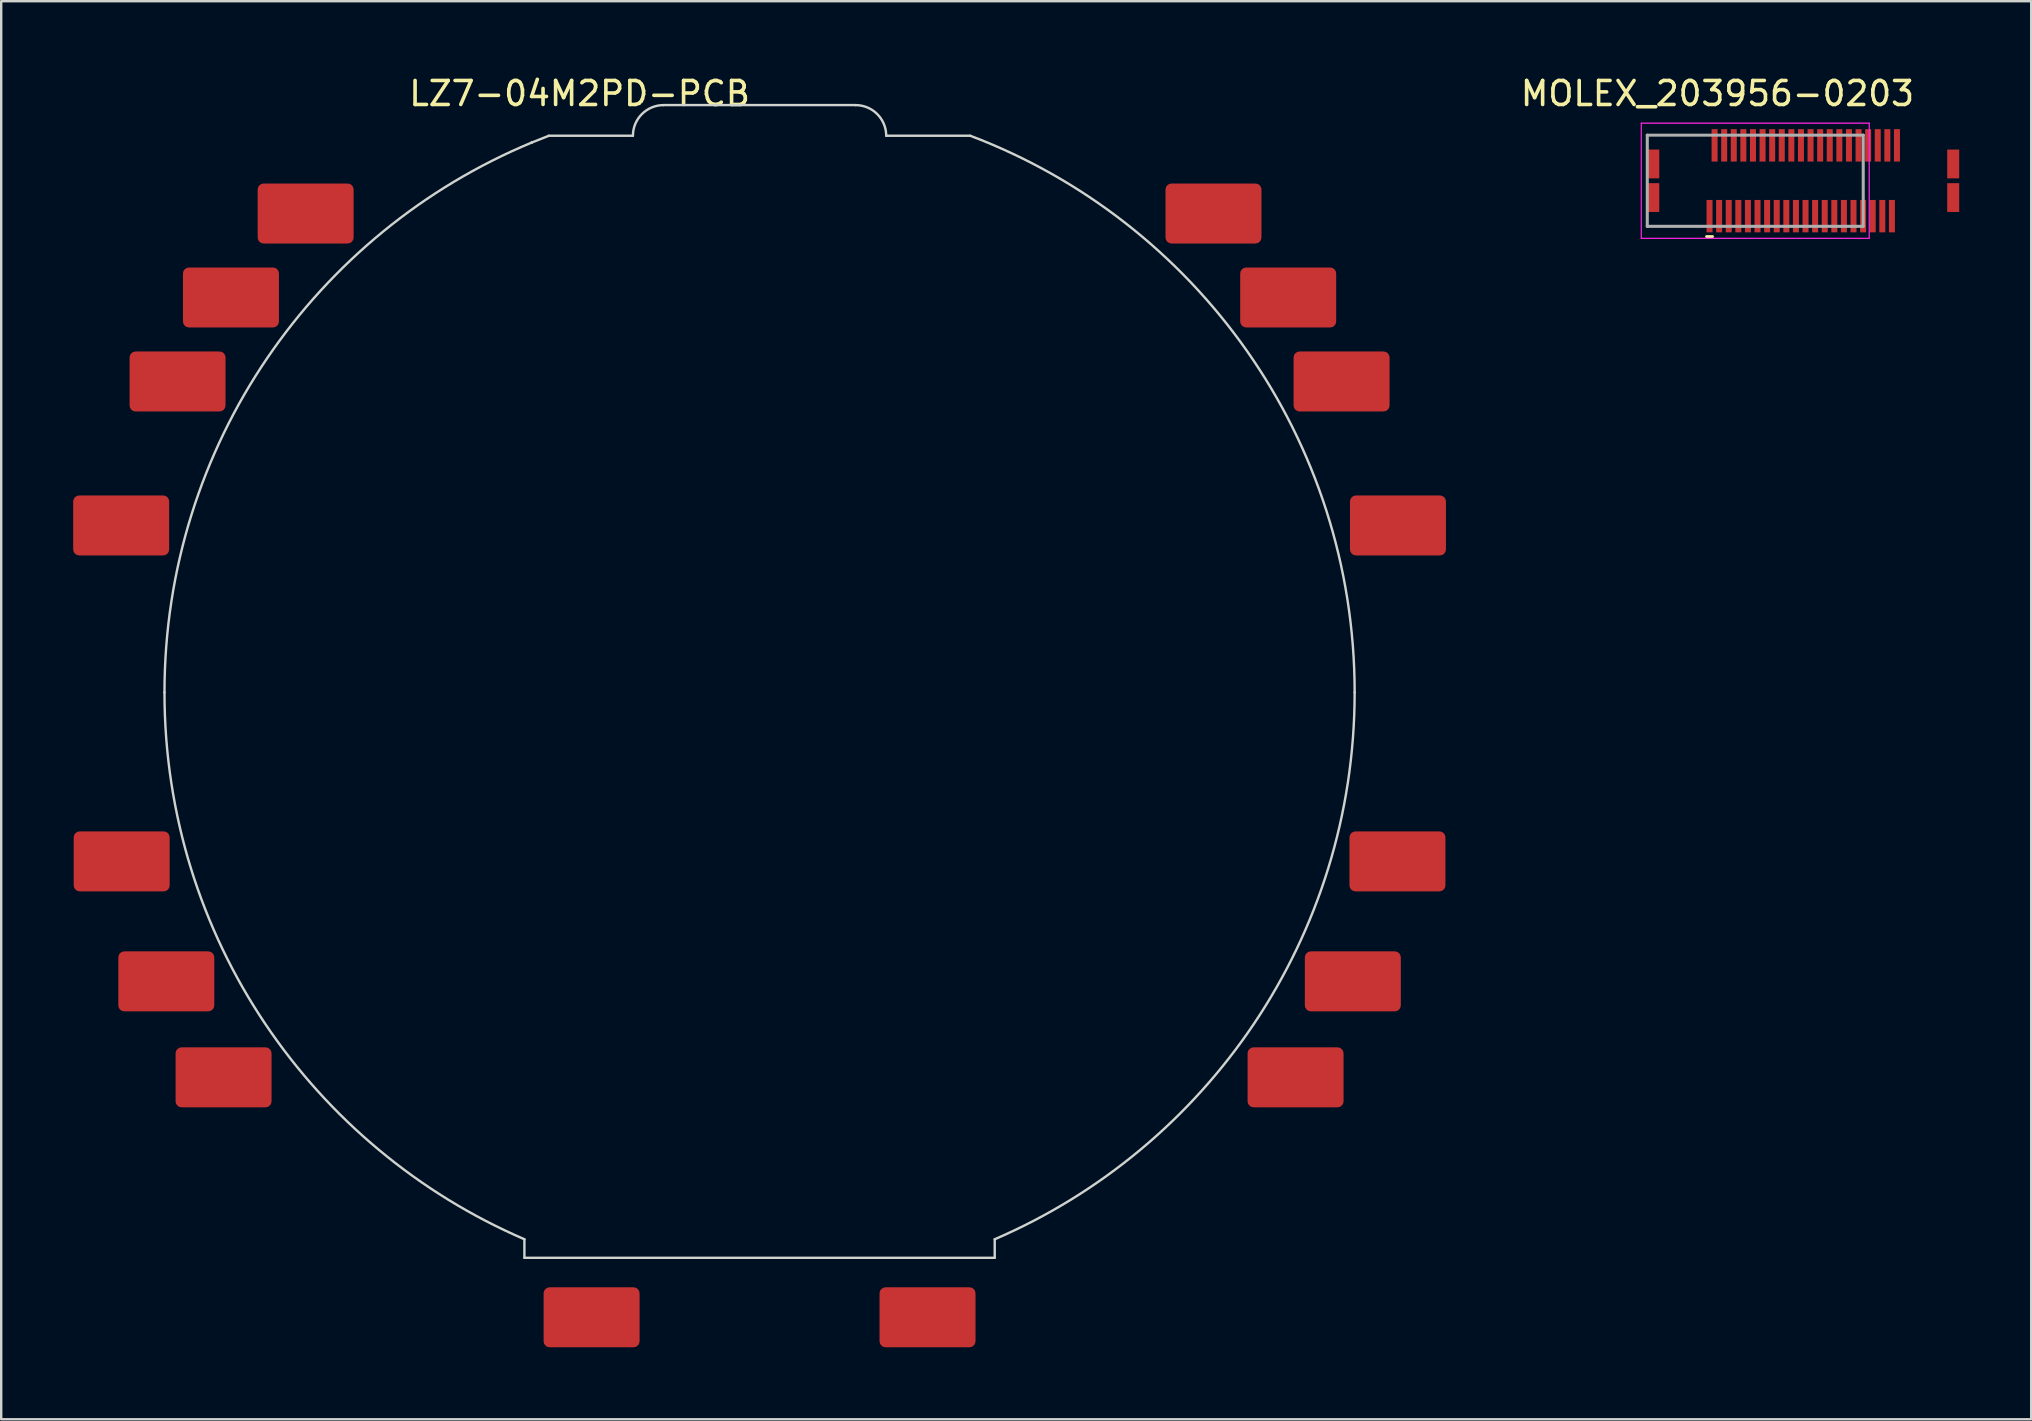
<source format=kicad_pcb>
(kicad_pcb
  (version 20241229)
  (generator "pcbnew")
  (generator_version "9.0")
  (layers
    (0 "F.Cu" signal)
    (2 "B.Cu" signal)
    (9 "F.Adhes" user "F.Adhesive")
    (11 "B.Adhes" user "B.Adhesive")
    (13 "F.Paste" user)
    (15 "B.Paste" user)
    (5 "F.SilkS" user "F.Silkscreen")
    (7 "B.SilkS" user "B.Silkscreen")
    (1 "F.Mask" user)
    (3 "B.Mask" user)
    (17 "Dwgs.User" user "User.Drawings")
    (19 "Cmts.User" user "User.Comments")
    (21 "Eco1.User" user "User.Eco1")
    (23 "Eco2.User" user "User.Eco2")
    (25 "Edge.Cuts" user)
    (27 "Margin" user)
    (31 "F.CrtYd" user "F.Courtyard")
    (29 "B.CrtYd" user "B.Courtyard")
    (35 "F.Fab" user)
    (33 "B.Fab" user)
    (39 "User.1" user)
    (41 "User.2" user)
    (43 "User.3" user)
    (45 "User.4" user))
  (footprint "MOLEX_203956-0203"
    (layer "F.Cu")
    (at 70.1 4.483)
    (property "Reference" "MOLEX_203956-0203" (at -1.575 -3.635 0) (layer "F.SilkS") (effects (font (size 1 1) (thickness 0.15))))
    (attr through_hole)
    (fp_line (start -1.78 2.325) (end -2.03 2.325) (stroke (width 0.12) (type solid)) (layer "F.SilkS"))
    (fp_line (start -4.75 -2.4) (end -4.75 2.4) (stroke (width 0.05) (type solid)) (layer "F.CrtYd"))
    (fp_line (start -4.75 2.4) (end 4.75 2.4) (stroke (width 0.05) (type solid)) (layer "F.CrtYd"))
    (fp_line (start 4.75 -2.4) (end -4.75 -2.4) (stroke (width 0.05) (type solid)) (layer "F.CrtYd"))
    (fp_line (start 4.75 2.4) (end 4.75 -2.4) (stroke (width 0.05) (type solid)) (layer "F.CrtYd"))
    (fp_line (start -4.5 -1.9) (end 4.5 -1.9) (stroke (width 0.127) (type solid)) (layer "F.Fab"))
    (fp_line (start -4.5 1.9) (end -4.5 -1.9) (stroke (width 0.127) (type solid)) (layer "F.Fab"))
    (fp_line (start 4.5 -1.9) (end 4.5 1.9) (stroke (width 0.127) (type solid)) (layer "F.Fab"))
    (fp_line (start 4.5 1.9) (end -4.5 1.9) (stroke (width 0.127) (type solid)) (layer "F.Fab"))
    (pad "1" smd rect (at -1.905 1.475) (size 0.25 1.35) (layers "F.Cu" "F.Mask" "F.Paste"))
    (pad "2" smd rect (at -1.695 -1.475) (size 0.25 1.35) (layers "F.Cu" "F.Mask" "F.Paste"))
    (pad "3" smd rect (at -1.505 1.475) (size 0.25 1.35) (layers "F.Cu" "F.Mask" "F.Paste"))
    (pad "4" smd rect (at -1.295 -1.475) (size 0.25 1.35) (layers "F.Cu" "F.Mask" "F.Paste"))
    (pad "5" smd rect (at -1.105 1.475) (size 0.25 1.35) (layers "F.Cu" "F.Mask" "F.Paste"))
    (pad "6" smd rect (at -0.895 -1.475) (size 0.25 1.35) (layers "F.Cu" "F.Mask" "F.Paste"))
    (pad "7" smd rect (at -0.705 1.475) (size 0.25 1.35) (layers "F.Cu" "F.Mask" "F.Paste"))
    (pad "8" smd rect (at -0.495 -1.475) (size 0.25 1.35) (layers "F.Cu" "F.Mask" "F.Paste"))
    (pad "9" smd rect (at -0.305 1.475) (size 0.25 1.35) (layers "F.Cu" "F.Mask" "F.Paste"))
    (pad "10" smd rect (at -0.095 -1.475) (size 0.25 1.35) (layers "F.Cu" "F.Mask" "F.Paste"))
    (pad "11" smd rect (at 0.095 1.475) (size 0.25 1.35) (layers "F.Cu" "F.Mask" "F.Paste"))
    (pad "12" smd rect (at 0.305 -1.475) (size 0.25 1.35) (layers "F.Cu" "F.Mask" "F.Paste"))
    (pad "13" smd rect (at 0.495 1.475) (size 0.25 1.35) (layers "F.Cu" "F.Mask" "F.Paste"))
    (pad "14" smd rect (at 0.705 -1.475) (size 0.25 1.35) (layers "F.Cu" "F.Mask" "F.Paste"))
    (pad "15" smd rect (at 0.895 1.475) (size 0.25 1.35) (layers "F.Cu" "F.Mask" "F.Paste"))
    (pad "16" smd rect (at 1.105 -1.475) (size 0.25 1.35) (layers "F.Cu" "F.Mask" "F.Paste"))
    (pad "17" smd rect (at 1.295 1.475) (size 0.25 1.35) (layers "F.Cu" "F.Mask" "F.Paste"))
    (pad "18" smd rect (at 1.505 -1.475) (size 0.25 1.35) (layers "F.Cu" "F.Mask" "F.Paste"))
    (pad "19" smd rect (at 1.695 1.475) (size 0.25 1.35) (layers "F.Cu" "F.Mask" "F.Paste"))
    (pad "20" smd rect (at 1.905 -1.475) (size 0.25 1.35) (layers "F.Cu" "F.Mask" "F.Paste"))
    (pad "21" smd rect (at 2.095 1.475) (size 0.25 1.35) (layers "F.Cu" "F.Mask" "F.Paste"))
    (pad "22" smd rect (at 2.305 -1.475) (size 0.25 1.35) (layers "F.Cu" "F.Mask" "F.Paste"))
    (pad "23" smd rect (at 2.495 1.475) (size 0.25 1.35) (layers "F.Cu" "F.Mask" "F.Paste"))
    (pad "24" smd rect (at 2.705 -1.475) (size 0.25 1.35) (layers "F.Cu" "F.Mask" "F.Paste"))
    (pad "25" smd rect (at 2.895 1.475) (size 0.25 1.35) (layers "F.Cu" "F.Mask" "F.Paste"))
    (pad "26" smd rect (at 3.105 -1.475) (size 0.25 1.35) (layers "F.Cu" "F.Mask" "F.Paste"))
    (pad "27" smd rect (at 3.295 1.475) (size 0.25 1.35) (layers "F.Cu" "F.Mask" "F.Paste"))
    (pad "28" smd rect (at 3.505 -1.475) (size 0.25 1.35) (layers "F.Cu" "F.Mask" "F.Paste"))
    (pad "29" smd rect (at 3.695 1.475) (size 0.25 1.35) (layers "F.Cu" "F.Mask" "F.Paste"))
    (pad "30" smd rect (at 3.905 -1.475) (size 0.25 1.35) (layers "F.Cu" "F.Mask" "F.Paste"))
    (pad "31" smd rect (at 4.095 1.475) (size 0.25 1.35) (layers "F.Cu" "F.Mask" "F.Paste"))
    (pad "32" smd rect (at 4.305 -1.475) (size 0.25 1.35) (layers "F.Cu" "F.Mask" "F.Paste"))
    (pad "33" smd rect (at 4.495 1.475) (size 0.25 1.35) (layers "F.Cu" "F.Mask" "F.Paste"))
    (pad "34" smd rect (at 4.705 -1.475) (size 0.25 1.35) (layers "F.Cu" "F.Mask" "F.Paste"))
    (pad "35" smd rect (at 4.895 1.475) (size 0.25 1.35) (layers "F.Cu" "F.Mask" "F.Paste"))
    (pad "36" smd rect (at 5.105 -1.475) (size 0.25 1.35) (layers "F.Cu" "F.Mask" "F.Paste"))
    (pad "37" smd rect (at 5.295 1.475) (size 0.25 1.35) (layers "F.Cu" "F.Mask" "F.Paste"))
    (pad "38" smd rect (at 5.505 -1.475) (size 0.25 1.35) (layers "F.Cu" "F.Mask" "F.Paste"))
    (pad "39" smd rect (at 5.695 1.475) (size 0.25 1.35) (layers "F.Cu" "F.Mask" "F.Paste"))
    (pad "40" smd rect (at 5.905 -1.475) (size 0.25 1.35) (layers "F.Cu" "F.Mask" "F.Paste"))
    (pad "SH" smd rect (at -4.25 -0.7) (size 0.5 1.2) (layers "F.Cu" "F.Mask" "F.Paste"))
    (pad "SH" smd rect (at -4.25 0.7) (size 0.5 1.2) (layers "F.Cu" "F.Mask" "F.Paste"))
    (pad "SH" smd rect (at 8.25 -0.7) (size 0.5 1.2) (layers "F.Cu" "F.Mask" "F.Paste"))
    (pad "SH" smd rect (at 8.25 0.7) (size 0.5 1.2) (layers "F.Cu" "F.Mask" "F.Paste")))
  (footprint "LZ7-04M2PD-PCB"
    (layer "F.Cu")
    (at 28.605 25.348)
    (property "Reference" "LZ7-04M2PD-PCB" (at -7.5 -24.5 0) (layer "F.SilkS") (effects (font (size 1 1) (thickness 0.15))))
    (attr through_hole)
    (fp_curve (pts (xy -24.8 0.46) (xy -24.8 10.676) (xy -18.623 19.449) (xy -9.8 23.248)) (stroke (width 0.1) (type solid)) (layer "Edge.Cuts"))
    (fp_curve (pts (xy -9.8 24.021) (xy -9.8 24.021) (xy -9.8 23.248) (xy -9.8 23.248)) (stroke (width 0.1) (type solid)) (layer "Edge.Cuts"))
    (fp_curve (pts (xy -9.5 -22.455) (xy -18.483 -18.727) (xy -24.8 -9.871) (xy -24.8 0.46)) (stroke (width 0.1) (type solid)) (layer "Edge.Cuts"))
    (fp_curve (pts (xy -9.495 -22.457) (xy -9.496 -22.457) (xy -9.498 -22.456) (xy -9.5 -22.455)) (stroke (width 0.1) (type solid)) (layer "Edge.Cuts"))
    (fp_curve (pts (xy -8.783 -22.74) (xy -9.022 -22.649) (xy -9.259 -22.555) (xy -9.495 -22.457)) (stroke (width 0.1) (type solid)) (layer "Edge.Cuts"))
    (fp_curve (pts (xy -5.278 -22.74) (xy -5.278 -22.74) (xy -8.783 -22.74) (xy -8.783 -22.74)) (stroke (width 0.1) (type solid)) (layer "Edge.Cuts"))
    (fp_curve (pts (xy -4 -24.018) (xy -4.706 -24.018) (xy -5.278 -23.446) (xy -5.278 -22.74)) (stroke (width 0.1) (type solid)) (layer "Edge.Cuts"))
    (fp_curve (pts (xy -4 -24.018) (xy -4 -24.018) (xy 4 -24.018) (xy 4 -24.018)) (stroke (width 0.1) (type solid)) (layer "Edge.Cuts"))
    (fp_curve (pts (xy 5.278 -22.74) (xy 5.278 -23.446) (xy 4.706 -24.018) (xy 4 -24.018)) (stroke (width 0.1) (type solid)) (layer "Edge.Cuts"))
    (fp_curve (pts (xy 8.783 -22.74) (xy 8.783 -22.74) (xy 5.278 -22.74) (xy 5.278 -22.74)) (stroke (width 0.1) (type solid)) (layer "Edge.Cuts"))
    (fp_curve (pts (xy 9.8 23.248) (xy 9.8 23.248) (xy 9.8 24.021) (xy 9.8 24.021)) (stroke (width 0.1) (type solid)) (layer "Edge.Cuts"))
    (fp_curve (pts (xy 9.8 23.248) (xy 18.623 19.449) (xy 24.8 10.676) (xy 24.8 0.46)) (stroke (width 0.1) (type solid)) (layer "Edge.Cuts"))
    (fp_curve (pts (xy 9.8 24.021) (xy 9.8 24.021) (xy -9.8 24.021) (xy -9.8 24.021)) (stroke (width 0.1) (type solid)) (layer "Edge.Cuts"))
    (fp_curve (pts (xy 24.8 0.46) (xy 24.8 -10.144) (xy 18.144 -19.194) (xy 8.783 -22.74)) (stroke (width 0.1) (type solid)) (layer "Edge.Cuts"))
    (pad "1" smd roundrect (at -18.917 -19.5) (size 4 2.5) (layers "F.Cu" "F.Mask") (roundrect_rratio 0.1))
    (pad "1-RT" smd roundrect (at -7 26.5) (size 4 2.5) (layers "F.Cu" "F.Mask") (roundrect_rratio 0.1))
    (pad "2" smd roundrect (at -22.03 -16) (size 4 2.5) (layers "F.Cu" "F.Mask") (roundrect_rratio 0.1))
    (pad "2-RT" smd roundrect (at 7 26.5) (size 4 2.5) (layers "F.Cu" "F.Mask") (roundrect_rratio 0.1))
    (pad "3" smd roundrect (at -24.255 -12.5) (size 4 2.5) (layers "F.Cu" "F.Mask") (roundrect_rratio 0.1))
    (pad "4" smd roundrect (at -26.605 -6.5) (size 4 2.5) (layers "F.Cu" "F.Mask") (roundrect_rratio 0.1))
    (pad "5" smd roundrect (at -26.584 7.5) (size 4 2.5) (layers "F.Cu" "F.Mask") (roundrect_rratio 0.1))
    (pad "6" smd roundrect (at -24.724 12.5) (size 4 2.5) (layers "F.Cu" "F.Mask") (roundrect_rratio 0.1))
    (pad "7" smd roundrect (at -22.338 16.5) (size 4 2.5) (layers "F.Cu" "F.Mask") (roundrect_rratio 0.1))
    (pad "8" smd roundrect (at 22.338 16.5) (size 4 2.5) (layers "F.Cu" "F.Mask") (roundrect_rratio 0.1))
    (pad "9" smd roundrect (at 24.724 12.5) (size 4 2.5) (layers "F.Cu" "F.Mask") (roundrect_rratio 0.1))
    (pad "10" smd roundrect (at 26.584 7.5) (size 4 2.5) (layers "F.Cu" "F.Mask") (roundrect_rratio 0.1))
    (pad "11" smd roundrect (at 26.605 -6.5) (size 4 2.5) (layers "F.Cu" "F.Mask") (roundrect_rratio 0.1))
    (pad "12" smd roundrect (at 24.255 -12.5) (size 4 2.5) (layers "F.Cu" "F.Mask") (roundrect_rratio 0.1))
    (pad "13" smd roundrect (at 22.03 -16) (size 4 2.5) (layers "F.Cu" "F.Mask") (roundrect_rratio 0.1))
    (pad "14" smd roundrect (at 18.917 -19.5) (size 4 2.5) (layers "F.Cu" "F.Mask") (roundrect_rratio 0.1)))
  (gr_rect
    (start -3 -3)
    (end 81.6 56.098)
    (stroke (width 0.1) (type default))
    (fill no)
    (layer "Edge.Cuts")))
</source>
